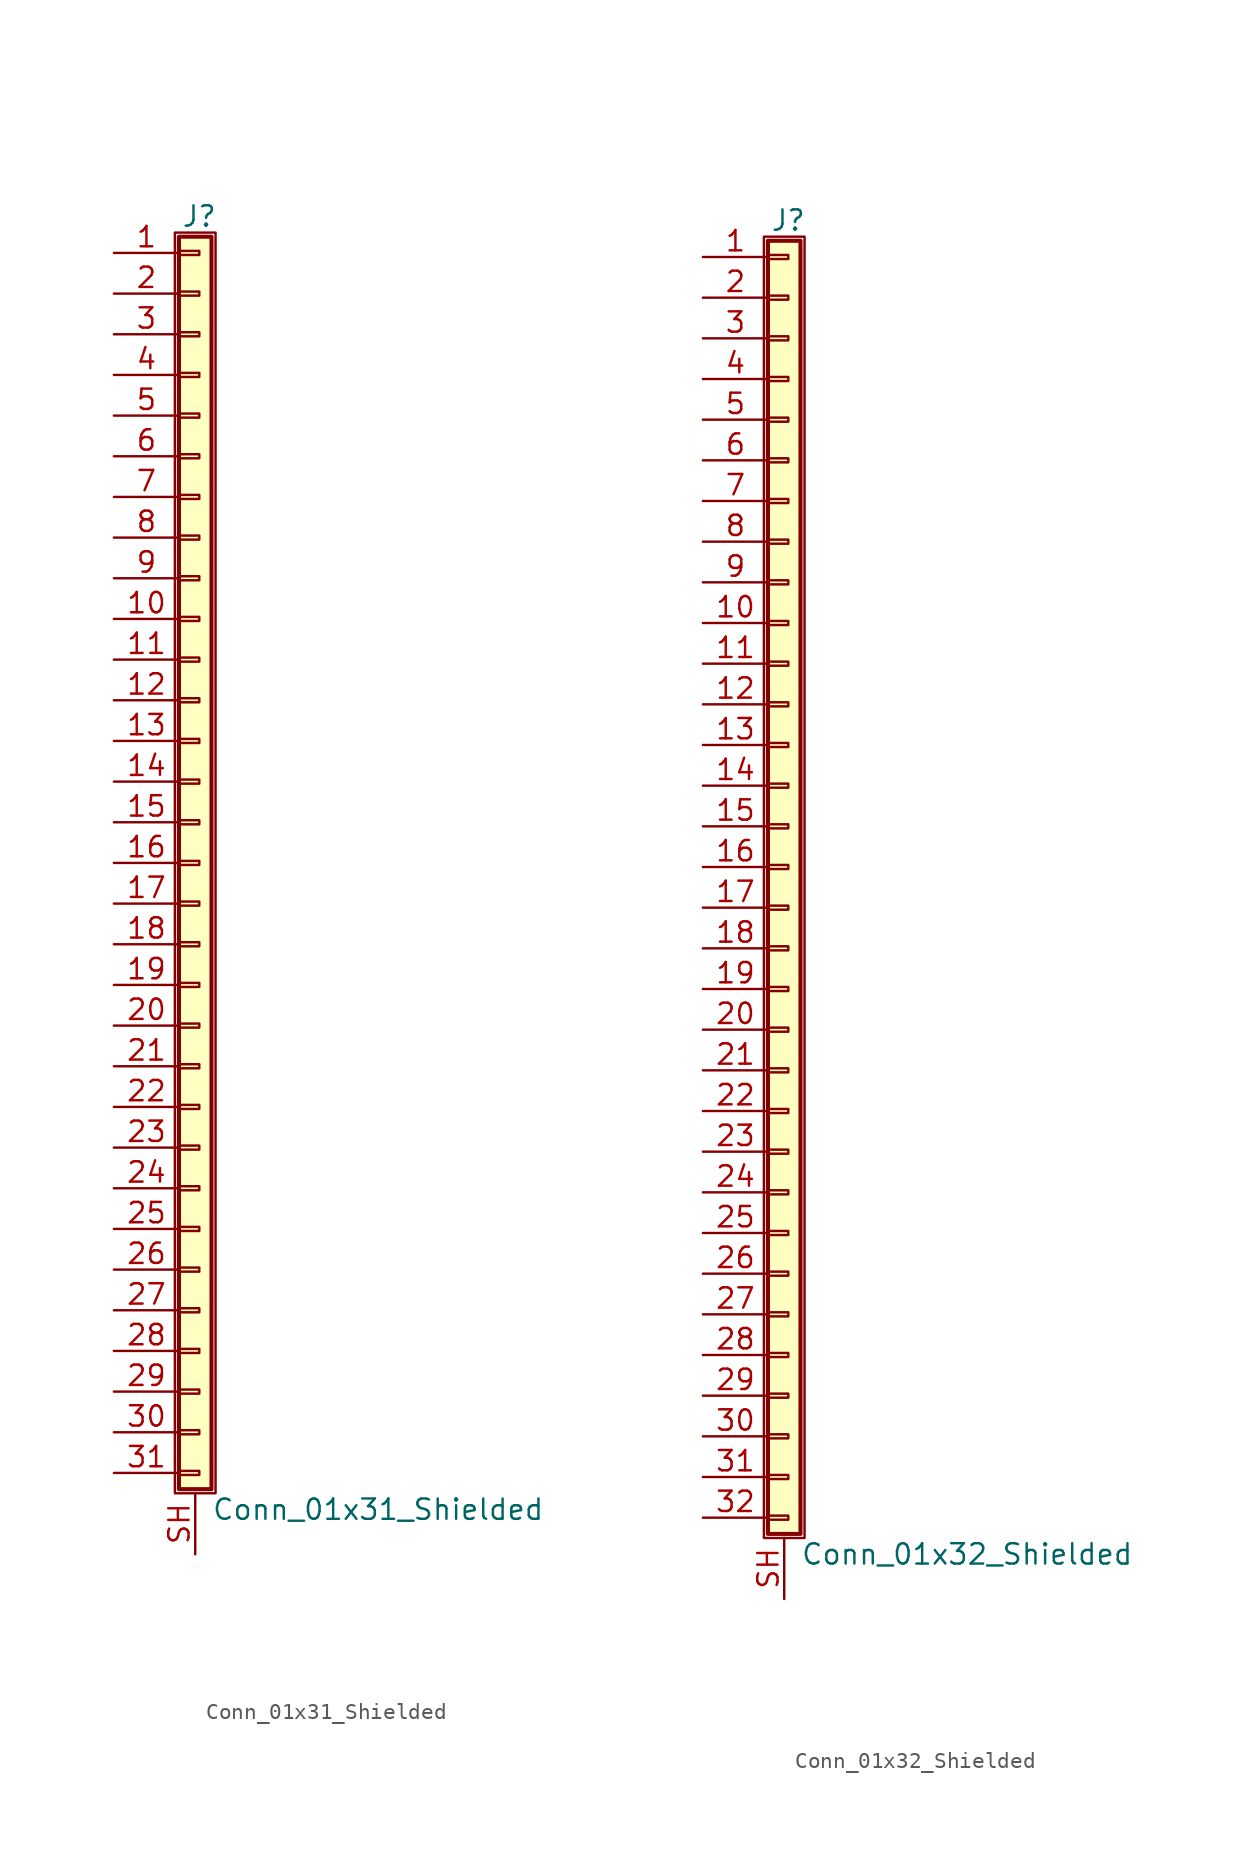
<source format=kicad_sym>
(kicad_symbol_lib
  (version 20220914)
  (generator kicad_symbol_editor)
  (symbol "Conn_01x31_Shielded"
    (pin_names
      (offset 1.016) hide)
    (property "Reference" "J"
      (at 0.254 40.386 0)
      (effects (font (size 1.27 1.27))))
    (property "Value" "Conn_01x31_Shielded"
      (at 1.016 -40.386 0)
      (effects (font (size 1.27 1.27)) (justify left)))
    (symbol "Conn_01x31_Shielded_1_1"
      (rectangle (start -1.27 39.37) (end 1.27 -39.37) (stroke (width 0.152) (type default)) (fill (type none)))
      (rectangle (start -1.016 -37.973) (end 0.254 -38.227) (stroke (width 0.152) (type default)) (fill (type none)))
      (rectangle (start -1.016 -35.433) (end 0.254 -35.687) (stroke (width 0.152) (type default)) (fill (type none)))
      (rectangle (start -1.016 -32.893) (end 0.254 -33.147) (stroke (width 0.152) (type default)) (fill (type none)))
      (rectangle (start -1.016 -30.353) (end 0.254 -30.607) (stroke (width 0.152) (type default)) (fill (type none)))
      (rectangle (start -1.016 -27.813) (end 0.254 -28.067) (stroke (width 0.152) (type default)) (fill (type none)))
      (rectangle (start -1.016 -25.273) (end 0.254 -25.527) (stroke (width 0.152) (type default)) (fill (type none)))
      (rectangle (start -1.016 -22.733) (end 0.254 -22.987) (stroke (width 0.152) (type default)) (fill (type none)))
      (rectangle (start -1.016 -20.193) (end 0.254 -20.447) (stroke (width 0.152) (type default)) (fill (type none)))
      (rectangle (start -1.016 -17.653) (end 0.254 -17.907) (stroke (width 0.152) (type default)) (fill (type none)))
      (rectangle (start -1.016 -15.113) (end 0.254 -15.367) (stroke (width 0.152) (type default)) (fill (type none)))
      (rectangle (start -1.016 -12.573) (end 0.254 -12.827) (stroke (width 0.152) (type default)) (fill (type none)))
      (rectangle (start -1.016 -10.033) (end 0.254 -10.287) (stroke (width 0.152) (type default)) (fill (type none)))
      (rectangle (start -1.016 -7.493) (end 0.254 -7.747) (stroke (width 0.152) (type default)) (fill (type none)))
      (rectangle (start -1.016 -4.953) (end 0.254 -5.207) (stroke (width 0.152) (type default)) (fill (type none)))
      (rectangle (start -1.016 -2.413) (end 0.254 -2.667) (stroke (width 0.152) (type default)) (fill (type none)))
      (rectangle (start -1.016 0.127) (end 0.254 -0.127) (stroke (width 0.152) (type default)) (fill (type none)))
      (rectangle (start -1.016 2.667) (end 0.254 2.413) (stroke (width 0.152) (type default)) (fill (type none)))
      (rectangle (start -1.016 5.207) (end 0.254 4.953) (stroke (width 0.152) (type default)) (fill (type none)))
      (rectangle (start -1.016 7.747) (end 0.254 7.493) (stroke (width 0.152) (type default)) (fill (type none)))
      (rectangle (start -1.016 10.287) (end 0.254 10.033) (stroke (width 0.152) (type default)) (fill (type none)))
      (rectangle (start -1.016 12.827) (end 0.254 12.573) (stroke (width 0.152) (type default)) (fill (type none)))
      (rectangle (start -1.016 15.367) (end 0.254 15.113) (stroke (width 0.152) (type default)) (fill (type none)))
      (rectangle (start -1.016 17.907) (end 0.254 17.653) (stroke (width 0.152) (type default)) (fill (type none)))
      (rectangle (start -1.016 20.447) (end 0.254 20.193) (stroke (width 0.152) (type default)) (fill (type none)))
      (rectangle (start -1.016 22.987) (end 0.254 22.733) (stroke (width 0.152) (type default)) (fill (type none)))
      (rectangle (start -1.016 25.527) (end 0.254 25.273) (stroke (width 0.152) (type default)) (fill (type none)))
      (rectangle (start -1.016 28.067) (end 0.254 27.813) (stroke (width 0.152) (type default)) (fill (type none)))
      (rectangle (start -1.016 30.607) (end 0.254 30.353) (stroke (width 0.152) (type default)) (fill (type none)))
      (rectangle (start -1.016 33.147) (end 0.254 32.893) (stroke (width 0.152) (type default)) (fill (type none)))
      (rectangle (start -1.016 35.687) (end 0.254 35.433) (stroke (width 0.152) (type default)) (fill (type none)))
      (rectangle (start -1.016 38.227) (end 0.254 37.973) (stroke (width 0.152) (type default)) (fill (type none)))
      (rectangle (start -1.016 39.116) (end 1.016 -39.116) (stroke (width 0.254) (type default)) (fill (type background)))
      (pin passive line (at -5.08 38.1 0) (length 4.064) (name "Pin_1" (effects (font (size 1.27 1.27)))) (number "1" (effects (font (size 1.27 1.27)))))
      (pin passive line (at -5.08 15.24 0) (length 4.064) (name "Pin_10" (effects (font (size 1.27 1.27)))) (number "10" (effects (font (size 1.27 1.27)))))
      (pin passive line (at -5.08 12.7 0) (length 4.064) (name "Pin_11" (effects (font (size 1.27 1.27)))) (number "11" (effects (font (size 1.27 1.27)))))
      (pin passive line (at -5.08 10.16 0) (length 4.064) (name "Pin_12" (effects (font (size 1.27 1.27)))) (number "12" (effects (font (size 1.27 1.27)))))
      (pin passive line (at -5.08 7.62 0) (length 4.064) (name "Pin_13" (effects (font (size 1.27 1.27)))) (number "13" (effects (font (size 1.27 1.27)))))
      (pin passive line (at -5.08 5.08 0) (length 4.064) (name "Pin_14" (effects (font (size 1.27 1.27)))) (number "14" (effects (font (size 1.27 1.27)))))
      (pin passive line (at -5.08 2.54 0) (length 4.064) (name "Pin_15" (effects (font (size 1.27 1.27)))) (number "15" (effects (font (size 1.27 1.27)))))
      (pin passive line (at -5.08 0 0) (length 4.064) (name "Pin_16" (effects (font (size 1.27 1.27)))) (number "16" (effects (font (size 1.27 1.27)))))
      (pin passive line (at -5.08 -2.54 0) (length 4.064) (name "Pin_17" (effects (font (size 1.27 1.27)))) (number "17" (effects (font (size 1.27 1.27)))))
      (pin passive line (at -5.08 -5.08 0) (length 4.064) (name "Pin_18" (effects (font (size 1.27 1.27)))) (number "18" (effects (font (size 1.27 1.27)))))
      (pin passive line (at -5.08 -7.62 0) (length 4.064) (name "Pin_19" (effects (font (size 1.27 1.27)))) (number "19" (effects (font (size 1.27 1.27)))))
      (pin passive line (at -5.08 35.56 0) (length 4.064) (name "Pin_2" (effects (font (size 1.27 1.27)))) (number "2" (effects (font (size 1.27 1.27)))))
      (pin passive line (at -5.08 -10.16 0) (length 4.064) (name "Pin_20" (effects (font (size 1.27 1.27)))) (number "20" (effects (font (size 1.27 1.27)))))
      (pin passive line (at -5.08 -12.7 0) (length 4.064) (name "Pin_21" (effects (font (size 1.27 1.27)))) (number "21" (effects (font (size 1.27 1.27)))))
      (pin passive line (at -5.08 -15.24 0) (length 4.064) (name "Pin_22" (effects (font (size 1.27 1.27)))) (number "22" (effects (font (size 1.27 1.27)))))
      (pin passive line (at -5.08 -17.78 0) (length 4.064) (name "Pin_23" (effects (font (size 1.27 1.27)))) (number "23" (effects (font (size 1.27 1.27)))))
      (pin passive line (at -5.08 -20.32 0) (length 4.064) (name "Pin_24" (effects (font (size 1.27 1.27)))) (number "24" (effects (font (size 1.27 1.27)))))
      (pin passive line (at -5.08 -22.86 0) (length 4.064) (name "Pin_25" (effects (font (size 1.27 1.27)))) (number "25" (effects (font (size 1.27 1.27)))))
      (pin passive line (at -5.08 -25.4 0) (length 4.064) (name "Pin_26" (effects (font (size 1.27 1.27)))) (number "26" (effects (font (size 1.27 1.27)))))
      (pin passive line (at -5.08 -27.94 0) (length 4.064) (name "Pin_27" (effects (font (size 1.27 1.27)))) (number "27" (effects (font (size 1.27 1.27)))))
      (pin passive line (at -5.08 -30.48 0) (length 4.064) (name "Pin_28" (effects (font (size 1.27 1.27)))) (number "28" (effects (font (size 1.27 1.27)))))
      (pin passive line (at -5.08 -33.02 0) (length 4.064) (name "Pin_29" (effects (font (size 1.27 1.27)))) (number "29" (effects (font (size 1.27 1.27)))))
      (pin passive line (at -5.08 33.02 0) (length 4.064) (name "Pin_3" (effects (font (size 1.27 1.27)))) (number "3" (effects (font (size 1.27 1.27)))))
      (pin passive line (at -5.08 -35.56 0) (length 4.064) (name "Pin_30" (effects (font (size 1.27 1.27)))) (number "30" (effects (font (size 1.27 1.27)))))
      (pin passive line (at -5.08 -38.1 0) (length 4.064) (name "Pin_31" (effects (font (size 1.27 1.27)))) (number "31" (effects (font (size 1.27 1.27)))))
      (pin passive line (at -5.08 30.48 0) (length 4.064) (name "Pin_4" (effects (font (size 1.27 1.27)))) (number "4" (effects (font (size 1.27 1.27)))))
      (pin passive line (at -5.08 27.94 0) (length 4.064) (name "Pin_5" (effects (font (size 1.27 1.27)))) (number "5" (effects (font (size 1.27 1.27)))))
      (pin passive line (at -5.08 25.4 0) (length 4.064) (name "Pin_6" (effects (font (size 1.27 1.27)))) (number "6" (effects (font (size 1.27 1.27)))))
      (pin passive line (at -5.08 22.86 0) (length 4.064) (name "Pin_7" (effects (font (size 1.27 1.27)))) (number "7" (effects (font (size 1.27 1.27)))))
      (pin passive line (at -5.08 20.32 0) (length 4.064) (name "Pin_8" (effects (font (size 1.27 1.27)))) (number "8" (effects (font (size 1.27 1.27)))))
      (pin passive line (at -5.08 17.78 0) (length 4.064) (name "Pin_9" (effects (font (size 1.27 1.27)))) (number "9" (effects (font (size 1.27 1.27)))))
      (pin passive line (at 0 -43.18 90) (length 3.81) (name "Shield" (effects (font (size 1.27 1.27)))) (number "SH" (effects (font (size 1.27 1.27)))))))
  (symbol "Conn_01x32_Shielded"
    (pin_names
      (offset 1.016) hide)
    (property "Reference" "J"
      (at 0.254 40.386 0)
      (effects (font (size 1.27 1.27))))
    (property "Value" "Conn_01x32_Shielded"
      (at 1.016 -42.926 0)
      (effects (font (size 1.27 1.27)) (justify left)))
    (symbol "Conn_01x32_Shielded_1_1"
      (rectangle (start -1.27 39.37) (end 1.27 -41.91) (stroke (width 0.152) (type default)) (fill (type none)))
      (rectangle (start -1.016 -40.513) (end 0.254 -40.767) (stroke (width 0.152) (type default)) (fill (type none)))
      (rectangle (start -1.016 -37.973) (end 0.254 -38.227) (stroke (width 0.152) (type default)) (fill (type none)))
      (rectangle (start -1.016 -35.433) (end 0.254 -35.687) (stroke (width 0.152) (type default)) (fill (type none)))
      (rectangle (start -1.016 -32.893) (end 0.254 -33.147) (stroke (width 0.152) (type default)) (fill (type none)))
      (rectangle (start -1.016 -30.353) (end 0.254 -30.607) (stroke (width 0.152) (type default)) (fill (type none)))
      (rectangle (start -1.016 -27.813) (end 0.254 -28.067) (stroke (width 0.152) (type default)) (fill (type none)))
      (rectangle (start -1.016 -25.273) (end 0.254 -25.527) (stroke (width 0.152) (type default)) (fill (type none)))
      (rectangle (start -1.016 -22.733) (end 0.254 -22.987) (stroke (width 0.152) (type default)) (fill (type none)))
      (rectangle (start -1.016 -20.193) (end 0.254 -20.447) (stroke (width 0.152) (type default)) (fill (type none)))
      (rectangle (start -1.016 -17.653) (end 0.254 -17.907) (stroke (width 0.152) (type default)) (fill (type none)))
      (rectangle (start -1.016 -15.113) (end 0.254 -15.367) (stroke (width 0.152) (type default)) (fill (type none)))
      (rectangle (start -1.016 -12.573) (end 0.254 -12.827) (stroke (width 0.152) (type default)) (fill (type none)))
      (rectangle (start -1.016 -10.033) (end 0.254 -10.287) (stroke (width 0.152) (type default)) (fill (type none)))
      (rectangle (start -1.016 -7.493) (end 0.254 -7.747) (stroke (width 0.152) (type default)) (fill (type none)))
      (rectangle (start -1.016 -4.953) (end 0.254 -5.207) (stroke (width 0.152) (type default)) (fill (type none)))
      (rectangle (start -1.016 -2.413) (end 0.254 -2.667) (stroke (width 0.152) (type default)) (fill (type none)))
      (rectangle (start -1.016 0.127) (end 0.254 -0.127) (stroke (width 0.152) (type default)) (fill (type none)))
      (rectangle (start -1.016 2.667) (end 0.254 2.413) (stroke (width 0.152) (type default)) (fill (type none)))
      (rectangle (start -1.016 5.207) (end 0.254 4.953) (stroke (width 0.152) (type default)) (fill (type none)))
      (rectangle (start -1.016 7.747) (end 0.254 7.493) (stroke (width 0.152) (type default)) (fill (type none)))
      (rectangle (start -1.016 10.287) (end 0.254 10.033) (stroke (width 0.152) (type default)) (fill (type none)))
      (rectangle (start -1.016 12.827) (end 0.254 12.573) (stroke (width 0.152) (type default)) (fill (type none)))
      (rectangle (start -1.016 15.367) (end 0.254 15.113) (stroke (width 0.152) (type default)) (fill (type none)))
      (rectangle (start -1.016 17.907) (end 0.254 17.653) (stroke (width 0.152) (type default)) (fill (type none)))
      (rectangle (start -1.016 20.447) (end 0.254 20.193) (stroke (width 0.152) (type default)) (fill (type none)))
      (rectangle (start -1.016 22.987) (end 0.254 22.733) (stroke (width 0.152) (type default)) (fill (type none)))
      (rectangle (start -1.016 25.527) (end 0.254 25.273) (stroke (width 0.152) (type default)) (fill (type none)))
      (rectangle (start -1.016 28.067) (end 0.254 27.813) (stroke (width 0.152) (type default)) (fill (type none)))
      (rectangle (start -1.016 30.607) (end 0.254 30.353) (stroke (width 0.152) (type default)) (fill (type none)))
      (rectangle (start -1.016 33.147) (end 0.254 32.893) (stroke (width 0.152) (type default)) (fill (type none)))
      (rectangle (start -1.016 35.687) (end 0.254 35.433) (stroke (width 0.152) (type default)) (fill (type none)))
      (rectangle (start -1.016 38.227) (end 0.254 37.973) (stroke (width 0.152) (type default)) (fill (type none)))
      (rectangle (start -1.016 39.116) (end 1.016 -41.656) (stroke (width 0.254) (type default)) (fill (type background)))
      (pin passive line (at -5.08 38.1 0) (length 4.064) (name "Pin_1" (effects (font (size 1.27 1.27)))) (number "1" (effects (font (size 1.27 1.27)))))
      (pin passive line (at -5.08 15.24 0) (length 4.064) (name "Pin_10" (effects (font (size 1.27 1.27)))) (number "10" (effects (font (size 1.27 1.27)))))
      (pin passive line (at -5.08 12.7 0) (length 4.064) (name "Pin_11" (effects (font (size 1.27 1.27)))) (number "11" (effects (font (size 1.27 1.27)))))
      (pin passive line (at -5.08 10.16 0) (length 4.064) (name "Pin_12" (effects (font (size 1.27 1.27)))) (number "12" (effects (font (size 1.27 1.27)))))
      (pin passive line (at -5.08 7.62 0) (length 4.064) (name "Pin_13" (effects (font (size 1.27 1.27)))) (number "13" (effects (font (size 1.27 1.27)))))
      (pin passive line (at -5.08 5.08 0) (length 4.064) (name "Pin_14" (effects (font (size 1.27 1.27)))) (number "14" (effects (font (size 1.27 1.27)))))
      (pin passive line (at -5.08 2.54 0) (length 4.064) (name "Pin_15" (effects (font (size 1.27 1.27)))) (number "15" (effects (font (size 1.27 1.27)))))
      (pin passive line (at -5.08 0 0) (length 4.064) (name "Pin_16" (effects (font (size 1.27 1.27)))) (number "16" (effects (font (size 1.27 1.27)))))
      (pin passive line (at -5.08 -2.54 0) (length 4.064) (name "Pin_17" (effects (font (size 1.27 1.27)))) (number "17" (effects (font (size 1.27 1.27)))))
      (pin passive line (at -5.08 -5.08 0) (length 4.064) (name "Pin_18" (effects (font (size 1.27 1.27)))) (number "18" (effects (font (size 1.27 1.27)))))
      (pin passive line (at -5.08 -7.62 0) (length 4.064) (name "Pin_19" (effects (font (size 1.27 1.27)))) (number "19" (effects (font (size 1.27 1.27)))))
      (pin passive line (at -5.08 35.56 0) (length 4.064) (name "Pin_2" (effects (font (size 1.27 1.27)))) (number "2" (effects (font (size 1.27 1.27)))))
      (pin passive line (at -5.08 -10.16 0) (length 4.064) (name "Pin_20" (effects (font (size 1.27 1.27)))) (number "20" (effects (font (size 1.27 1.27)))))
      (pin passive line (at -5.08 -12.7 0) (length 4.064) (name "Pin_21" (effects (font (size 1.27 1.27)))) (number "21" (effects (font (size 1.27 1.27)))))
      (pin passive line (at -5.08 -15.24 0) (length 4.064) (name "Pin_22" (effects (font (size 1.27 1.27)))) (number "22" (effects (font (size 1.27 1.27)))))
      (pin passive line (at -5.08 -17.78 0) (length 4.064) (name "Pin_23" (effects (font (size 1.27 1.27)))) (number "23" (effects (font (size 1.27 1.27)))))
      (pin passive line (at -5.08 -20.32 0) (length 4.064) (name "Pin_24" (effects (font (size 1.27 1.27)))) (number "24" (effects (font (size 1.27 1.27)))))
      (pin passive line (at -5.08 -22.86 0) (length 4.064) (name "Pin_25" (effects (font (size 1.27 1.27)))) (number "25" (effects (font (size 1.27 1.27)))))
      (pin passive line (at -5.08 -25.4 0) (length 4.064) (name "Pin_26" (effects (font (size 1.27 1.27)))) (number "26" (effects (font (size 1.27 1.27)))))
      (pin passive line (at -5.08 -27.94 0) (length 4.064) (name "Pin_27" (effects (font (size 1.27 1.27)))) (number "27" (effects (font (size 1.27 1.27)))))
      (pin passive line (at -5.08 -30.48 0) (length 4.064) (name "Pin_28" (effects (font (size 1.27 1.27)))) (number "28" (effects (font (size 1.27 1.27)))))
      (pin passive line (at -5.08 -33.02 0) (length 4.064) (name "Pin_29" (effects (font (size 1.27 1.27)))) (number "29" (effects (font (size 1.27 1.27)))))
      (pin passive line (at -5.08 33.02 0) (length 4.064) (name "Pin_3" (effects (font (size 1.27 1.27)))) (number "3" (effects (font (size 1.27 1.27)))))
      (pin passive line (at -5.08 -35.56 0) (length 4.064) (name "Pin_30" (effects (font (size 1.27 1.27)))) (number "30" (effects (font (size 1.27 1.27)))))
      (pin passive line (at -5.08 -38.1 0) (length 4.064) (name "Pin_31" (effects (font (size 1.27 1.27)))) (number "31" (effects (font (size 1.27 1.27)))))
      (pin passive line (at -5.08 -40.64 0) (length 4.064) (name "Pin_32" (effects (font (size 1.27 1.27)))) (number "32" (effects (font (size 1.27 1.27)))))
      (pin passive line (at -5.08 30.48 0) (length 4.064) (name "Pin_4" (effects (font (size 1.27 1.27)))) (number "4" (effects (font (size 1.27 1.27)))))
      (pin passive line (at -5.08 27.94 0) (length 4.064) (name "Pin_5" (effects (font (size 1.27 1.27)))) (number "5" (effects (font (size 1.27 1.27)))))
      (pin passive line (at -5.08 25.4 0) (length 4.064) (name "Pin_6" (effects (font (size 1.27 1.27)))) (number "6" (effects (font (size 1.27 1.27)))))
      (pin passive line (at -5.08 22.86 0) (length 4.064) (name "Pin_7" (effects (font (size 1.27 1.27)))) (number "7" (effects (font (size 1.27 1.27)))))
      (pin passive line (at -5.08 20.32 0) (length 4.064) (name "Pin_8" (effects (font (size 1.27 1.27)))) (number "8" (effects (font (size 1.27 1.27)))))
      (pin passive line (at -5.08 17.78 0) (length 4.064) (name "Pin_9" (effects (font (size 1.27 1.27)))) (number "9" (effects (font (size 1.27 1.27)))))
      (pin passive line (at 0 -45.72 90) (length 3.81) (name "Shield" (effects (font (size 1.27 1.27)))) (number "SH" (effects (font (size 1.27 1.27))))))))
</source>
